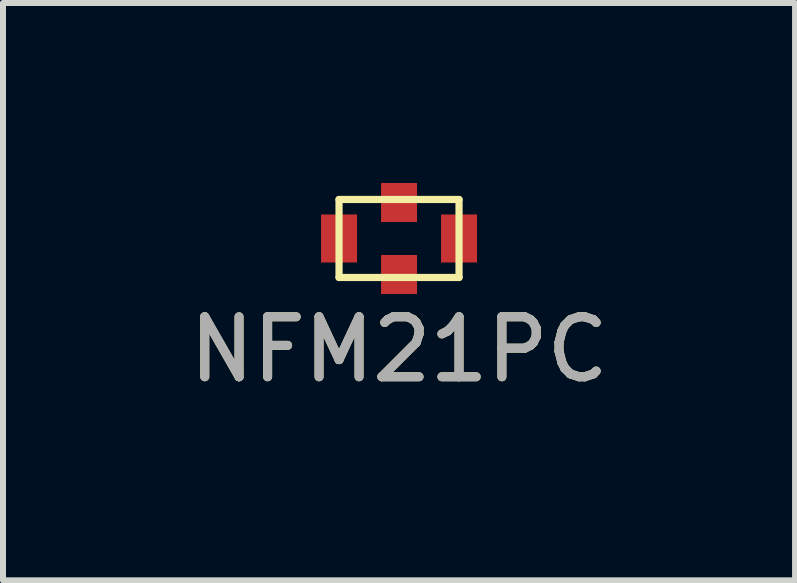
<source format=kicad_pcb>
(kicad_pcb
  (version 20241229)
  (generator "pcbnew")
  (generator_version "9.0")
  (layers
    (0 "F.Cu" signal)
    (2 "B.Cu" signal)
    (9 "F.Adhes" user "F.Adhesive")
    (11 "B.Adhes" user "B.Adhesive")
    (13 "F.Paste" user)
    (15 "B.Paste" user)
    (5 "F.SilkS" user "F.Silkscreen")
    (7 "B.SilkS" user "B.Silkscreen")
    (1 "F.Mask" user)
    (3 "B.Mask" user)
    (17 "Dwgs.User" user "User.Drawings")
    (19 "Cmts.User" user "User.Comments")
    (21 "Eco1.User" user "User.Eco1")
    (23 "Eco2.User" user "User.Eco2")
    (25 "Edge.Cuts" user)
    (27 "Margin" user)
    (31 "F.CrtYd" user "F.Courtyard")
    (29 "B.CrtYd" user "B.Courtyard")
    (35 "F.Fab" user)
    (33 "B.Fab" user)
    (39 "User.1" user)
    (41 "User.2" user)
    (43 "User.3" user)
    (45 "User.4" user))
  (footprint "NFM21PC"
    (layer "F.Cu")
    (at 3.601 0.925)
    (property "Reference" "NFM21PC" (at 0 1.85 0) (unlocked yes) (layer "F.SilkS") (effects (font (size 1 1) (thickness 0.15))))
    (attr smd)
    (fp_line (start -1 -0.65) (end 1 -0.65) (stroke (width 0.12) (type solid)) (layer "F.SilkS"))
    (fp_line (start -1 0.65) (end -1 -0.65) (stroke (width 0.12) (type solid)) (layer "F.SilkS"))
    (fp_line (start 1 -0.65) (end 1 0.65) (stroke (width 0.12) (type solid)) (layer "F.SilkS"))
    (fp_line (start 1 0.65) (end -1 0.65) (stroke (width 0.12) (type solid)) (layer "F.SilkS"))
    (fp_text user "${REFERENCE}" (at 0 1.85 0) (unlocked yes) (layer "F.Fab") (effects (font (size 1 1) (thickness 0.15))))
    (pad "1" smd rect (at -1 0) (size 0.6 0.8) (layers "F.Cu" "F.Mask" "F.Paste"))
    (pad "2" smd rect (at 0 -0.6) (size 0.6 0.65) (layers "F.Cu" "F.Mask" "F.Paste"))
    (pad "2" smd rect (at 0 0.6) (size 0.6 0.65) (layers "F.Cu" "F.Mask" "F.Paste"))
    (pad "3" smd rect (at 1 0) (size 0.6 0.8) (layers "F.Cu" "F.Mask" "F.Paste")))
  (gr_rect
    (start -3 -3)
    (end 10.202 6.623)
    (stroke (width 0.1) (type default))
    (fill no)
    (layer "Edge.Cuts")))
</source>
